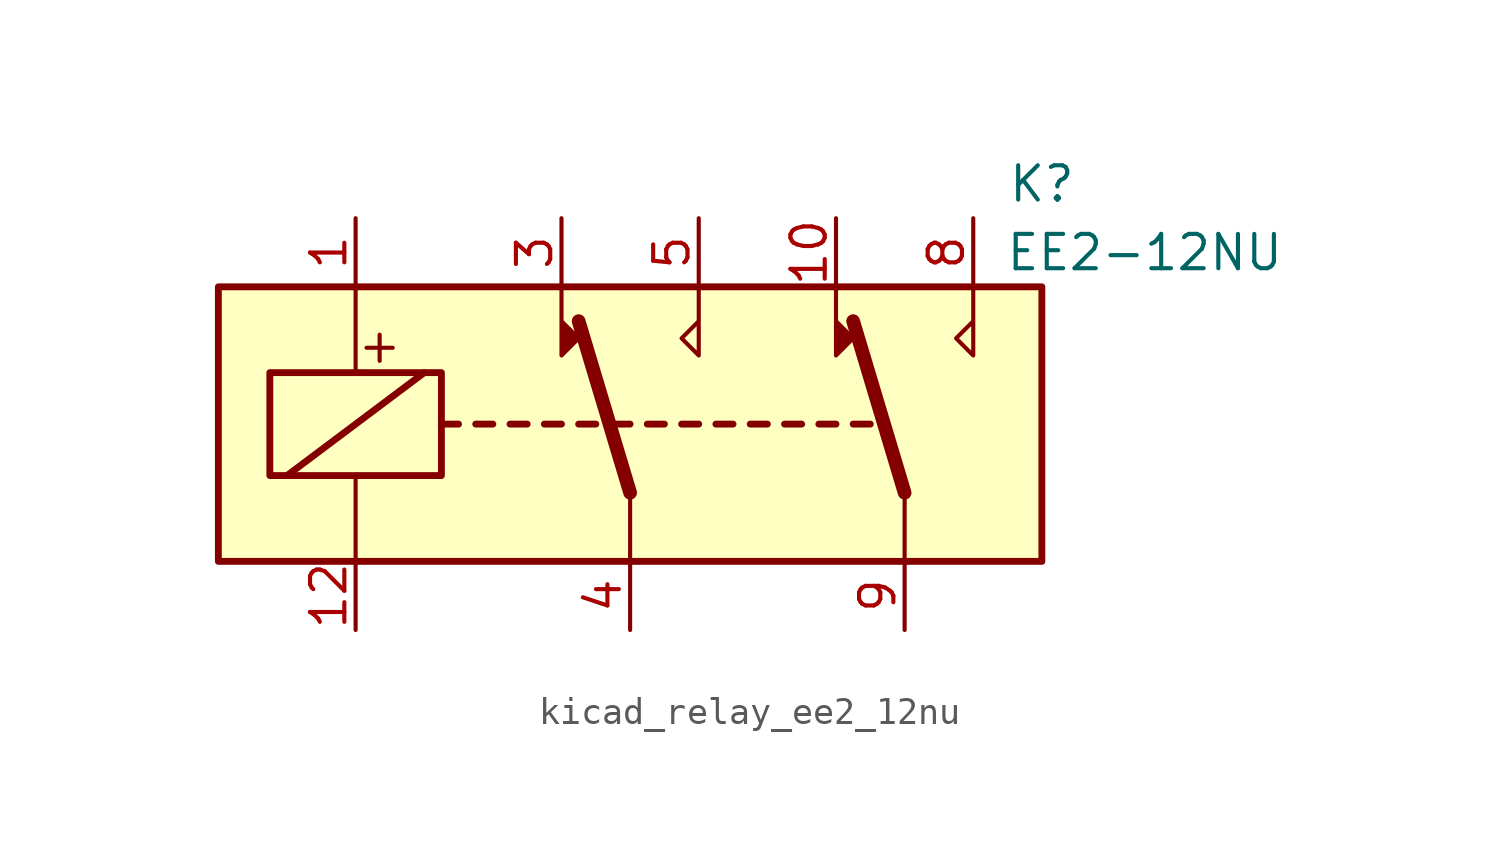
<source format=kicad_sym>
(kicad_symbol_lib
  (version 20220914)
  (generator kicad_symbol_editor)
  (symbol "kicad_relay_ee2_12nu"
    (property "Reference" "K"
      (at 15.24 8.89 0)
      (effects (font (size 1.27 1.27))))
    (property "Value" "EE2-12NU"
      (at 19.05 6.35 0)
      (effects (font (size 1.27 1.27))))
    (symbol "kicad_relay_ee2_12nu_1_1"
      (rectangle (start -15.24 5.08) (end 15.24 -5.08) (stroke (width 0.254) (type default)) (fill (type background)))
      (rectangle (start -13.335 1.905) (end -6.985 -1.905) (stroke (width 0.254) (type default)) (fill (type none)))
      (polyline (pts (xy -12.7 -1.905) (xy -7.62 1.905)) (stroke (width 0.254) (type default)) (fill (type none)))
      (polyline (pts (xy -10.16 -5.08) (xy -10.16 -1.905)) (stroke (width 0) (type default)) (fill (type none)))
      (polyline (pts (xy -10.16 5.08) (xy -10.16 1.905)) (stroke (width 0) (type default)) (fill (type none)))
      (polyline (pts (xy -6.985 0) (xy -6.35 0)) (stroke (width 0.254) (type default)) (fill (type none)))
      (polyline (pts (xy -5.715 0) (xy -5.08 0)) (stroke (width 0.254) (type default)) (fill (type none)))
      (polyline (pts (xy -4.445 0) (xy -3.81 0)) (stroke (width 0.254) (type default)) (fill (type none)))
      (polyline (pts (xy -3.175 0) (xy -2.54 0)) (stroke (width 0.254) (type default)) (fill (type none)))
      (polyline (pts (xy -1.905 0) (xy -1.27 0)) (stroke (width 0.254) (type default)) (fill (type none)))
      (polyline (pts (xy -0.635 0) (xy 0 0)) (stroke (width 0.254) (type default)) (fill (type none)))
      (polyline (pts (xy 0 -2.54) (xy -1.905 3.81)) (stroke (width 0.508) (type default)) (fill (type none)))
      (polyline (pts (xy 0 -2.54) (xy 0 -5.08)) (stroke (width 0) (type default)) (fill (type none)))
      (polyline (pts (xy 0.635 0) (xy 1.27 0)) (stroke (width 0.254) (type default)) (fill (type none)))
      (polyline (pts (xy 1.905 0) (xy 2.54 0)) (stroke (width 0.254) (type default)) (fill (type none)))
      (polyline (pts (xy 3.175 0) (xy 3.81 0)) (stroke (width 0.254) (type default)) (fill (type none)))
      (polyline (pts (xy 4.445 0) (xy 5.08 0)) (stroke (width 0.254) (type default)) (fill (type none)))
      (polyline (pts (xy 5.715 0) (xy 6.35 0)) (stroke (width 0.254) (type default)) (fill (type none)))
      (polyline (pts (xy 6.985 0) (xy 7.62 0)) (stroke (width 0.254) (type default)) (fill (type none)))
      (polyline (pts (xy 8.255 0) (xy 8.89 0)) (stroke (width 0.254) (type default)) (fill (type none)))
      (polyline (pts (xy 10.16 -2.54) (xy 8.255 3.81)) (stroke (width 0.508) (type default)) (fill (type none)))
      (polyline (pts (xy 10.16 -2.54) (xy 10.16 -5.08)) (stroke (width 0) (type default)) (fill (type none)))
      (polyline (pts (xy -2.54 5.08) (xy -2.54 2.54) (xy -1.905 3.175) (xy -2.54 3.81)) (stroke (width 0) (type default)) (fill (type outline)))
      (polyline (pts (xy 2.54 5.08) (xy 2.54 2.54) (xy 1.905 3.175) (xy 2.54 3.81)) (stroke (width 0) (type default)) (fill (type none)))
      (polyline (pts (xy 7.62 5.08) (xy 7.62 2.54) (xy 8.255 3.175) (xy 7.62 3.81)) (stroke (width 0) (type default)) (fill (type outline)))
      (polyline (pts (xy 12.7 5.08) (xy 12.7 2.54) (xy 12.065 3.175) (xy 12.7 3.81)) (stroke (width 0) (type default)) (fill (type none)))
      (text "+" (at -9.271 2.921 0) (effects (font (size 1.27 1.27))))
      (pin passive line (at -10.16 7.62 270) (length 2.54) (name "~" (effects (font (size 1.27 1.27)))) (number "1" (effects (font (size 1.27 1.27)))))
      (pin passive line (at 7.62 7.62 270) (length 2.54) (name "~" (effects (font (size 1.27 1.27)))) (number "10" (effects (font (size 1.27 1.27)))))
      (pin passive line (at -10.16 -7.62 90) (length 2.54) (name "~" (effects (font (size 1.27 1.27)))) (number "12" (effects (font (size 1.27 1.27)))))
      (pin passive line (at -2.54 7.62 270) (length 2.54) (name "~" (effects (font (size 1.27 1.27)))) (number "3" (effects (font (size 1.27 1.27)))))
      (pin passive line (at 0 -7.62 90) (length 2.54) (name "~" (effects (font (size 1.27 1.27)))) (number "4" (effects (font (size 1.27 1.27)))))
      (pin passive line (at 2.54 7.62 270) (length 2.54) (name "~" (effects (font (size 1.27 1.27)))) (number "5" (effects (font (size 1.27 1.27)))))
      (pin passive line (at 12.7 7.62 270) (length 2.54) (name "~" (effects (font (size 1.27 1.27)))) (number "8" (effects (font (size 1.27 1.27)))))
      (pin passive line (at 10.16 -7.62 90) (length 2.54) (name "~" (effects (font (size 1.27 1.27)))) (number "9" (effects (font (size 1.27 1.27))))))))
</source>
